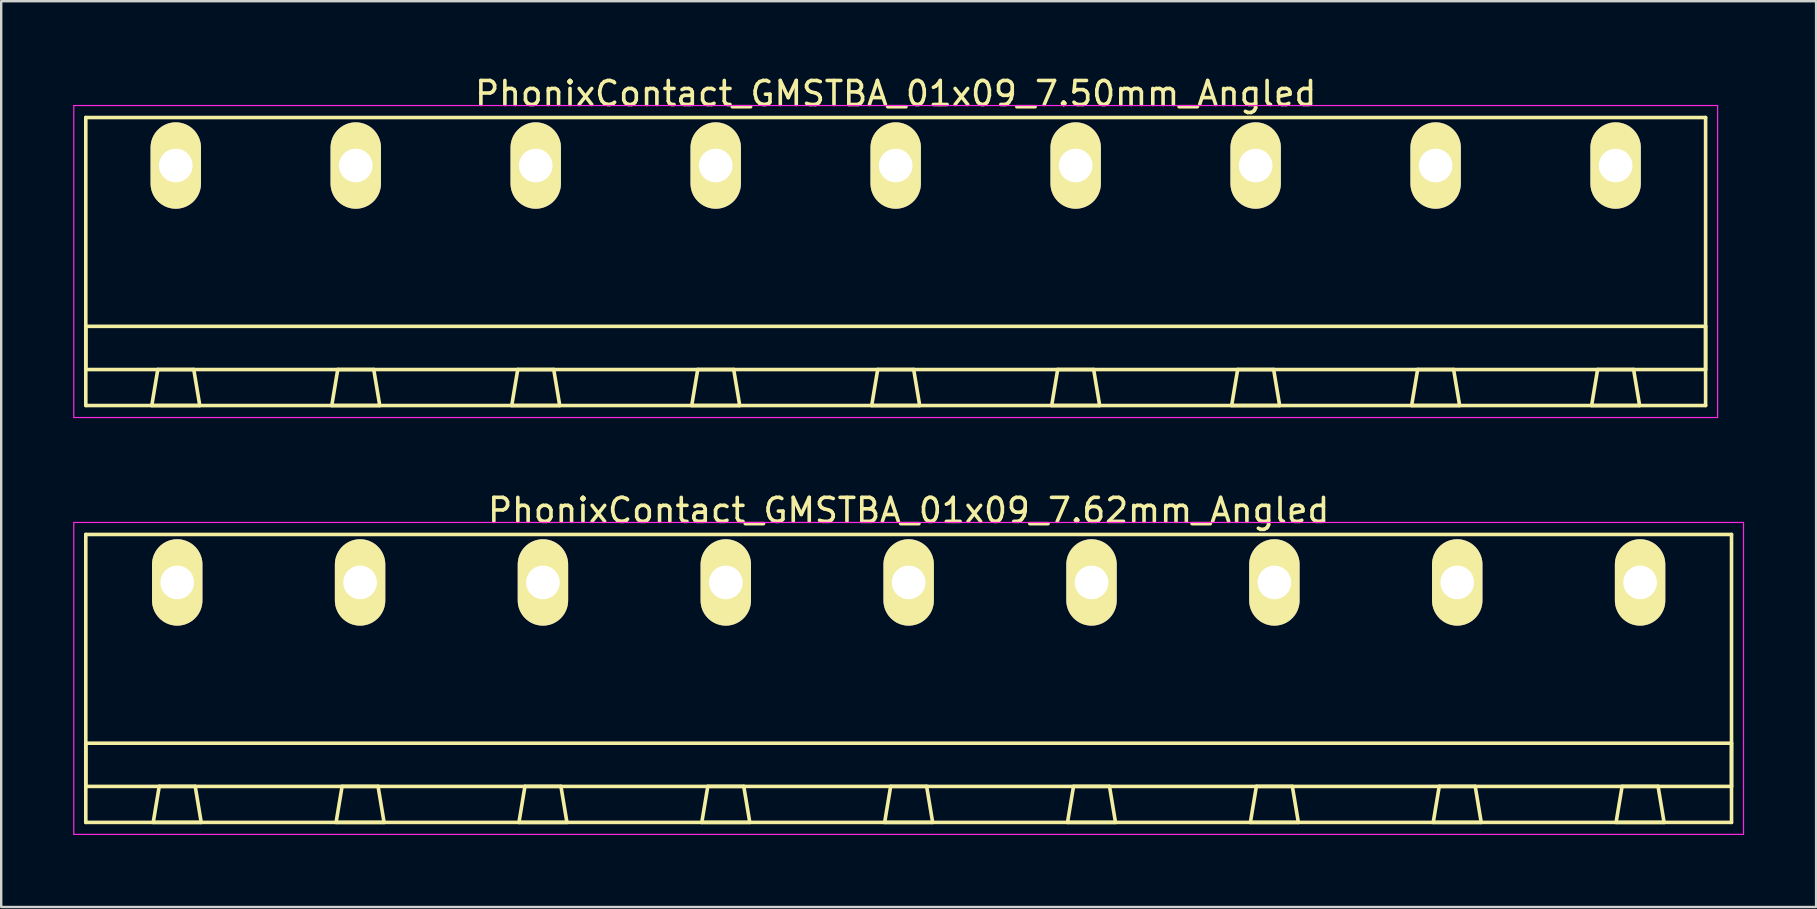
<source format=kicad_pcb>
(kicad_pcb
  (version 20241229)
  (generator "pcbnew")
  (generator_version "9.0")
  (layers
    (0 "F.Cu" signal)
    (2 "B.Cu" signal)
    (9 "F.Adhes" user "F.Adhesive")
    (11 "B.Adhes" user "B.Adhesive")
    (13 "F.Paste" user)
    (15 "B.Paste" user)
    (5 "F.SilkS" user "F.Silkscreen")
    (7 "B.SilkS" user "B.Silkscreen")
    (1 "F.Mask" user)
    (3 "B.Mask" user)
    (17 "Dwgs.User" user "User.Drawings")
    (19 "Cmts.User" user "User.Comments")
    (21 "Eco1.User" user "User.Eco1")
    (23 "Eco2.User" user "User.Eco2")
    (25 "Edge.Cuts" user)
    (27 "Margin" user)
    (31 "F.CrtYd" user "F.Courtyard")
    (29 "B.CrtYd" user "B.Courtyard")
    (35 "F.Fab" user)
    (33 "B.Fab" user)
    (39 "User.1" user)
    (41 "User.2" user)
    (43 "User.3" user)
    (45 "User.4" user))
  (footprint "PhonixContact_GMSTBA_01x09_7.50mm_Angled"
    (layer "F.Cu")
    (at 4.275 3.848)
    (property "Reference" "PhonixContact_GMSTBA_01x09_7.50mm_Angled" (at 30 -3 0) (layer "F.SilkS") (effects (font (size 1 1) (thickness 0.15))))
    (attr through_hole)
    (fp_line (start -3.75 -2) (end -3.75 10) (stroke (width 0.15) (type solid)) (layer "F.SilkS"))
    (fp_line (start -3.75 6.7) (end 63.75 6.7) (stroke (width 0.15) (type solid)) (layer "F.SilkS"))
    (fp_line (start -3.75 8.5) (end -3.75 6.7) (stroke (width 0.15) (type solid)) (layer "F.SilkS"))
    (fp_line (start -3.75 10) (end 63.75 10) (stroke (width 0.15) (type solid)) (layer "F.SilkS"))
    (fp_line (start -1 10) (end 1 10) (stroke (width 0.15) (type solid)) (layer "F.SilkS"))
    (fp_line (start -0.75 8.5) (end -1 10) (stroke (width 0.15) (type solid)) (layer "F.SilkS"))
    (fp_line (start 0.75 8.5) (end -0.75 8.5) (stroke (width 0.15) (type solid)) (layer "F.SilkS"))
    (fp_line (start 1 10) (end 0.75 8.5) (stroke (width 0.15) (type solid)) (layer "F.SilkS"))
    (fp_line (start 6.5 10) (end 8.5 10) (stroke (width 0.15) (type solid)) (layer "F.SilkS"))
    (fp_line (start 6.75 8.5) (end 6.5 10) (stroke (width 0.15) (type solid)) (layer "F.SilkS"))
    (fp_line (start 8.25 8.5) (end 6.75 8.5) (stroke (width 0.15) (type solid)) (layer "F.SilkS"))
    (fp_line (start 8.5 10) (end 8.25 8.5) (stroke (width 0.15) (type solid)) (layer "F.SilkS"))
    (fp_line (start 14 10) (end 16 10) (stroke (width 0.15) (type solid)) (layer "F.SilkS"))
    (fp_line (start 14.25 8.5) (end 14 10) (stroke (width 0.15) (type solid)) (layer "F.SilkS"))
    (fp_line (start 15.75 8.5) (end 14.25 8.5) (stroke (width 0.15) (type solid)) (layer "F.SilkS"))
    (fp_line (start 16 10) (end 15.75 8.5) (stroke (width 0.15) (type solid)) (layer "F.SilkS"))
    (fp_line (start 21.5 10) (end 23.5 10) (stroke (width 0.15) (type solid)) (layer "F.SilkS"))
    (fp_line (start 21.75 8.5) (end 21.5 10) (stroke (width 0.15) (type solid)) (layer "F.SilkS"))
    (fp_line (start 23.25 8.5) (end 21.75 8.5) (stroke (width 0.15) (type solid)) (layer "F.SilkS"))
    (fp_line (start 23.5 10) (end 23.25 8.5) (stroke (width 0.15) (type solid)) (layer "F.SilkS"))
    (fp_line (start 29 10) (end 31 10) (stroke (width 0.15) (type solid)) (layer "F.SilkS"))
    (fp_line (start 29.25 8.5) (end 29 10) (stroke (width 0.15) (type solid)) (layer "F.SilkS"))
    (fp_line (start 30.75 8.5) (end 29.25 8.5) (stroke (width 0.15) (type solid)) (layer "F.SilkS"))
    (fp_line (start 31 10) (end 30.75 8.5) (stroke (width 0.15) (type solid)) (layer "F.SilkS"))
    (fp_line (start 36.5 10) (end 38.5 10) (stroke (width 0.15) (type solid)) (layer "F.SilkS"))
    (fp_line (start 36.75 8.5) (end 36.5 10) (stroke (width 0.15) (type solid)) (layer "F.SilkS"))
    (fp_line (start 38.25 8.5) (end 36.75 8.5) (stroke (width 0.15) (type solid)) (layer "F.SilkS"))
    (fp_line (start 38.5 10) (end 38.25 8.5) (stroke (width 0.15) (type solid)) (layer "F.SilkS"))
    (fp_line (start 44 10) (end 46 10) (stroke (width 0.15) (type solid)) (layer "F.SilkS"))
    (fp_line (start 44.25 8.5) (end 44 10) (stroke (width 0.15) (type solid)) (layer "F.SilkS"))
    (fp_line (start 45.75 8.5) (end 44.25 8.5) (stroke (width 0.15) (type solid)) (layer "F.SilkS"))
    (fp_line (start 46 10) (end 45.75 8.5) (stroke (width 0.15) (type solid)) (layer "F.SilkS"))
    (fp_line (start 51.5 10) (end 53.5 10) (stroke (width 0.15) (type solid)) (layer "F.SilkS"))
    (fp_line (start 51.75 8.5) (end 51.5 10) (stroke (width 0.15) (type solid)) (layer "F.SilkS"))
    (fp_line (start 53.25 8.5) (end 51.75 8.5) (stroke (width 0.15) (type solid)) (layer "F.SilkS"))
    (fp_line (start 53.5 10) (end 53.25 8.5) (stroke (width 0.15) (type solid)) (layer "F.SilkS"))
    (fp_line (start 59 10) (end 61 10) (stroke (width 0.15) (type solid)) (layer "F.SilkS"))
    (fp_line (start 59.25 8.5) (end 59 10) (stroke (width 0.15) (type solid)) (layer "F.SilkS"))
    (fp_line (start 60.75 8.5) (end 59.25 8.5) (stroke (width 0.15) (type solid)) (layer "F.SilkS"))
    (fp_line (start 61 10) (end 60.75 8.5) (stroke (width 0.15) (type solid)) (layer "F.SilkS"))
    (fp_line (start 63.75 -2) (end -3.75 -2) (stroke (width 0.15) (type solid)) (layer "F.SilkS"))
    (fp_line (start 63.75 6.7) (end 63.75 8.5) (stroke (width 0.15) (type solid)) (layer "F.SilkS"))
    (fp_line (start 63.75 8.5) (end -3.75 8.5) (stroke (width 0.15) (type solid)) (layer "F.SilkS"))
    (fp_line (start 63.75 10) (end 63.75 -2) (stroke (width 0.15) (type solid)) (layer "F.SilkS"))
    (fp_line (start -4.25 -2.5) (end -4.25 10.5) (stroke (width 0.05) (type solid)) (layer "F.CrtYd"))
    (fp_line (start -4.25 10.5) (end 64.25 10.5) (stroke (width 0.05) (type solid)) (layer "F.CrtYd"))
    (fp_line (start 64.25 -2.5) (end -4.25 -2.5) (stroke (width 0.05) (type solid)) (layer "F.CrtYd"))
    (fp_line (start 64.25 10.5) (end 64.25 -2.5) (stroke (width 0.05) (type solid)) (layer "F.CrtYd"))
    (pad "1" thru_hole oval (at 0 0) (size 2.1 3.6) (drill 1.4) (layers "*.Cu" "*.Mask" "F.SilkS"))
    (pad "2" thru_hole oval (at 7.5 0) (size 2.1 3.6) (drill 1.4) (layers "*.Cu" "*.Mask" "F.SilkS"))
    (pad "3" thru_hole oval (at 15 0) (size 2.1 3.6) (drill 1.4) (layers "*.Cu" "*.Mask" "F.SilkS"))
    (pad "4" thru_hole oval (at 22.5 0) (size 2.1 3.6) (drill 1.4) (layers "*.Cu" "*.Mask" "F.SilkS"))
    (pad "5" thru_hole oval (at 30 0) (size 2.1 3.6) (drill 1.4) (layers "*.Cu" "*.Mask" "F.SilkS"))
    (pad "6" thru_hole oval (at 37.5 0) (size 2.1 3.6) (drill 1.4) (layers "*.Cu" "*.Mask" "F.SilkS"))
    (pad "7" thru_hole oval (at 45 0) (size 2.1 3.6) (drill 1.4) (layers "*.Cu" "*.Mask" "F.SilkS"))
    (pad "8" thru_hole oval (at 52.5 0) (size 2.1 3.6) (drill 1.4) (layers "*.Cu" "*.Mask" "F.SilkS"))
    (pad "9" thru_hole oval (at 60 0) (size 2.1 3.6) (drill 1.4) (layers "*.Cu" "*.Mask" "F.SilkS")))
  (footprint "PhonixContact_GMSTBA_01x09_7.62mm_Angled"
    (layer "F.Cu")
    (at 4.335 21.221)
    (property "Reference" "PhonixContact_GMSTBA_01x09_7.62mm_Angled" (at 30.48 -3 0) (layer "F.SilkS") (effects (font (size 1 1) (thickness 0.15))))
    (attr through_hole)
    (fp_line (start -3.81 -2) (end -3.81 10) (stroke (width 0.15) (type solid)) (layer "F.SilkS"))
    (fp_line (start -3.81 6.7) (end 64.77 6.7) (stroke (width 0.15) (type solid)) (layer "F.SilkS"))
    (fp_line (start -3.81 8.5) (end -3.81 6.7) (stroke (width 0.15) (type solid)) (layer "F.SilkS"))
    (fp_line (start -3.81 10) (end 64.77 10) (stroke (width 0.15) (type solid)) (layer "F.SilkS"))
    (fp_line (start -1 10) (end 1 10) (stroke (width 0.15) (type solid)) (layer "F.SilkS"))
    (fp_line (start -0.75 8.5) (end -1 10) (stroke (width 0.15) (type solid)) (layer "F.SilkS"))
    (fp_line (start 0.75 8.5) (end -0.75 8.5) (stroke (width 0.15) (type solid)) (layer "F.SilkS"))
    (fp_line (start 1 10) (end 0.75 8.5) (stroke (width 0.15) (type solid)) (layer "F.SilkS"))
    (fp_line (start 6.62 10) (end 8.62 10) (stroke (width 0.15) (type solid)) (layer "F.SilkS"))
    (fp_line (start 6.87 8.5) (end 6.62 10) (stroke (width 0.15) (type solid)) (layer "F.SilkS"))
    (fp_line (start 8.37 8.5) (end 6.87 8.5) (stroke (width 0.15) (type solid)) (layer "F.SilkS"))
    (fp_line (start 8.62 10) (end 8.37 8.5) (stroke (width 0.15) (type solid)) (layer "F.SilkS"))
    (fp_line (start 14.24 10) (end 16.24 10) (stroke (width 0.15) (type solid)) (layer "F.SilkS"))
    (fp_line (start 14.49 8.5) (end 14.24 10) (stroke (width 0.15) (type solid)) (layer "F.SilkS"))
    (fp_line (start 15.99 8.5) (end 14.49 8.5) (stroke (width 0.15) (type solid)) (layer "F.SilkS"))
    (fp_line (start 16.24 10) (end 15.99 8.5) (stroke (width 0.15) (type solid)) (layer "F.SilkS"))
    (fp_line (start 21.86 10) (end 23.86 10) (stroke (width 0.15) (type solid)) (layer "F.SilkS"))
    (fp_line (start 22.11 8.5) (end 21.86 10) (stroke (width 0.15) (type solid)) (layer "F.SilkS"))
    (fp_line (start 23.61 8.5) (end 22.11 8.5) (stroke (width 0.15) (type solid)) (layer "F.SilkS"))
    (fp_line (start 23.86 10) (end 23.61 8.5) (stroke (width 0.15) (type solid)) (layer "F.SilkS"))
    (fp_line (start 29.48 10) (end 31.48 10) (stroke (width 0.15) (type solid)) (layer "F.SilkS"))
    (fp_line (start 29.73 8.5) (end 29.48 10) (stroke (width 0.15) (type solid)) (layer "F.SilkS"))
    (fp_line (start 31.23 8.5) (end 29.73 8.5) (stroke (width 0.15) (type solid)) (layer "F.SilkS"))
    (fp_line (start 31.48 10) (end 31.23 8.5) (stroke (width 0.15) (type solid)) (layer "F.SilkS"))
    (fp_line (start 37.1 10) (end 39.1 10) (stroke (width 0.15) (type solid)) (layer "F.SilkS"))
    (fp_line (start 37.35 8.5) (end 37.1 10) (stroke (width 0.15) (type solid)) (layer "F.SilkS"))
    (fp_line (start 38.85 8.5) (end 37.35 8.5) (stroke (width 0.15) (type solid)) (layer "F.SilkS"))
    (fp_line (start 39.1 10) (end 38.85 8.5) (stroke (width 0.15) (type solid)) (layer "F.SilkS"))
    (fp_line (start 44.72 10) (end 46.72 10) (stroke (width 0.15) (type solid)) (layer "F.SilkS"))
    (fp_line (start 44.97 8.5) (end 44.72 10) (stroke (width 0.15) (type solid)) (layer "F.SilkS"))
    (fp_line (start 46.47 8.5) (end 44.97 8.5) (stroke (width 0.15) (type solid)) (layer "F.SilkS"))
    (fp_line (start 46.72 10) (end 46.47 8.5) (stroke (width 0.15) (type solid)) (layer "F.SilkS"))
    (fp_line (start 52.34 10) (end 54.34 10) (stroke (width 0.15) (type solid)) (layer "F.SilkS"))
    (fp_line (start 52.59 8.5) (end 52.34 10) (stroke (width 0.15) (type solid)) (layer "F.SilkS"))
    (fp_line (start 54.09 8.5) (end 52.59 8.5) (stroke (width 0.15) (type solid)) (layer "F.SilkS"))
    (fp_line (start 54.34 10) (end 54.09 8.5) (stroke (width 0.15) (type solid)) (layer "F.SilkS"))
    (fp_line (start 59.96 10) (end 61.96 10) (stroke (width 0.15) (type solid)) (layer "F.SilkS"))
    (fp_line (start 60.21 8.5) (end 59.96 10) (stroke (width 0.15) (type solid)) (layer "F.SilkS"))
    (fp_line (start 61.71 8.5) (end 60.21 8.5) (stroke (width 0.15) (type solid)) (layer "F.SilkS"))
    (fp_line (start 61.96 10) (end 61.71 8.5) (stroke (width 0.15) (type solid)) (layer "F.SilkS"))
    (fp_line (start 64.77 -2) (end -3.81 -2) (stroke (width 0.15) (type solid)) (layer "F.SilkS"))
    (fp_line (start 64.77 6.7) (end 64.77 8.5) (stroke (width 0.15) (type solid)) (layer "F.SilkS"))
    (fp_line (start 64.77 8.5) (end -3.81 8.5) (stroke (width 0.15) (type solid)) (layer "F.SilkS"))
    (fp_line (start 64.77 10) (end 64.77 -2) (stroke (width 0.15) (type solid)) (layer "F.SilkS"))
    (fp_line (start -4.31 -2.5) (end -4.31 10.5) (stroke (width 0.05) (type solid)) (layer "F.CrtYd"))
    (fp_line (start -4.31 10.5) (end 65.27 10.5) (stroke (width 0.05) (type solid)) (layer "F.CrtYd"))
    (fp_line (start 65.27 -2.5) (end -4.31 -2.5) (stroke (width 0.05) (type solid)) (layer "F.CrtYd"))
    (fp_line (start 65.27 10.5) (end 65.27 -2.5) (stroke (width 0.05) (type solid)) (layer "F.CrtYd"))
    (pad "1" thru_hole oval (at 0 0) (size 2.1 3.6) (drill 1.4) (layers "*.Cu" "*.Mask" "F.SilkS"))
    (pad "2" thru_hole oval (at 7.62 0) (size 2.1 3.6) (drill 1.4) (layers "*.Cu" "*.Mask" "F.SilkS"))
    (pad "3" thru_hole oval (at 15.24 0) (size 2.1 3.6) (drill 1.4) (layers "*.Cu" "*.Mask" "F.SilkS"))
    (pad "4" thru_hole oval (at 22.86 0) (size 2.1 3.6) (drill 1.4) (layers "*.Cu" "*.Mask" "F.SilkS"))
    (pad "5" thru_hole oval (at 30.48 0) (size 2.1 3.6) (drill 1.4) (layers "*.Cu" "*.Mask" "F.SilkS"))
    (pad "6" thru_hole oval (at 38.1 0) (size 2.1 3.6) (drill 1.4) (layers "*.Cu" "*.Mask" "F.SilkS"))
    (pad "7" thru_hole oval (at 45.72 0) (size 2.1 3.6) (drill 1.4) (layers "*.Cu" "*.Mask" "F.SilkS"))
    (pad "8" thru_hole oval (at 53.34 0) (size 2.1 3.6) (drill 1.4) (layers "*.Cu" "*.Mask" "F.SilkS"))
    (pad "9" thru_hole oval (at 60.96 0) (size 2.1 3.6) (drill 1.4) (layers "*.Cu" "*.Mask" "F.SilkS")))
  (gr_rect
    (start -3 -3)
    (end 72.63 34.746)
    (stroke (width 0.1) (type default))
    (fill no)
    (layer "Edge.Cuts")))
</source>
